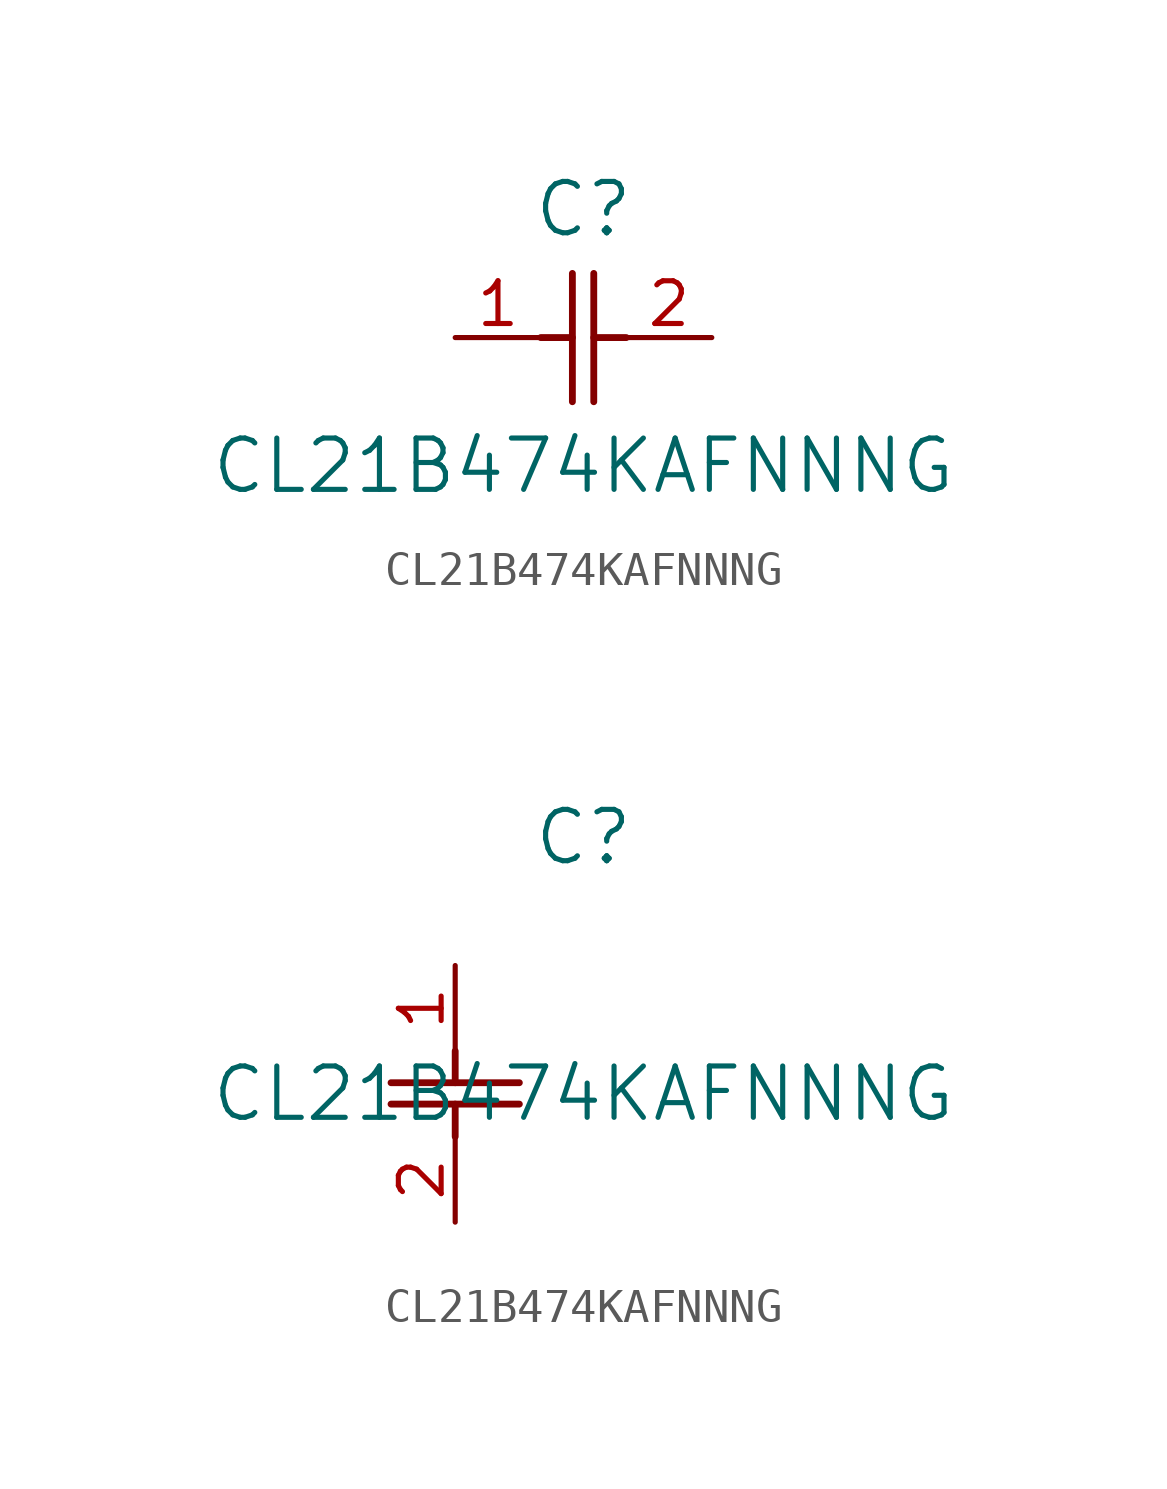
<source format=kicad_sym>
(kicad_symbol_lib
  (version 20211014)
  (generator kicad_symbol_editor)
  (symbol "CL21B474KAFNNNG"
    (pin_names
      (offset 0.254))
    (property "Reference" "C"
      (at 3.81 3.81 0)
      (effects (font (size 1.524 1.524))))
    (property "Value" "CL21B474KAFNNNG"
      (at 3.81 -3.81 0)
      (effects (font (size 1.524 1.524))))
    (symbol "CL21B474KAFNNNG_1_1"
      (polyline (pts (xy 3.48 -1.905) (xy 3.48 1.905)) (stroke (width 0.203) (type default) (color 0 0 0 0)) (fill (type none)))
      (polyline (pts (xy 4.115 -1.905) (xy 4.115 1.905)) (stroke (width 0.203) (type default) (color 0 0 0 0)) (fill (type none)))
      (polyline (pts (xy 4.115 0) (xy 5.08 0)) (stroke (width 0.203) (type default) (color 0 0 0 0)) (fill (type none)))
      (polyline (pts (xy 2.54 0) (xy 3.48 0)) (stroke (width 0.203) (type default) (color 0 0 0 0)) (fill (type none)))
      (pin unspecified line (at 0 0 0) (length 2.54) (name "" (effects (font (size 1.27 1.27)))) (number "1" (effects (font (size 1.27 1.27)))))
      (pin unspecified line (at 7.62 0 180) (length 2.54) (name "" (effects (font (size 1.27 1.27)))) (number "2" (effects (font (size 1.27 1.27))))))
    (symbol "CL21B474KAFNNNG_1_2"
      (polyline (pts (xy -1.905 -3.48) (xy 1.905 -3.48)) (stroke (width 0.203) (type default) (color 0 0 0 0)) (fill (type none)))
      (polyline (pts (xy -1.905 -4.115) (xy 1.905 -4.115)) (stroke (width 0.203) (type default) (color 0 0 0 0)) (fill (type none)))
      (polyline (pts (xy 0 -4.115) (xy 0 -5.08)) (stroke (width 0.203) (type default) (color 0 0 0 0)) (fill (type none)))
      (polyline (pts (xy 0 -2.54) (xy 0 -3.48)) (stroke (width 0.203) (type default) (color 0 0 0 0)) (fill (type none)))
      (pin unspecified line (at 0 0 270) (length 2.54) (name "" (effects (font (size 1.27 1.27)))) (number "1" (effects (font (size 1.27 1.27)))))
      (pin unspecified line (at 0 -7.62 90) (length 2.54) (name "" (effects (font (size 1.27 1.27)))) (number "2" (effects (font (size 1.27 1.27))))))))
</source>
